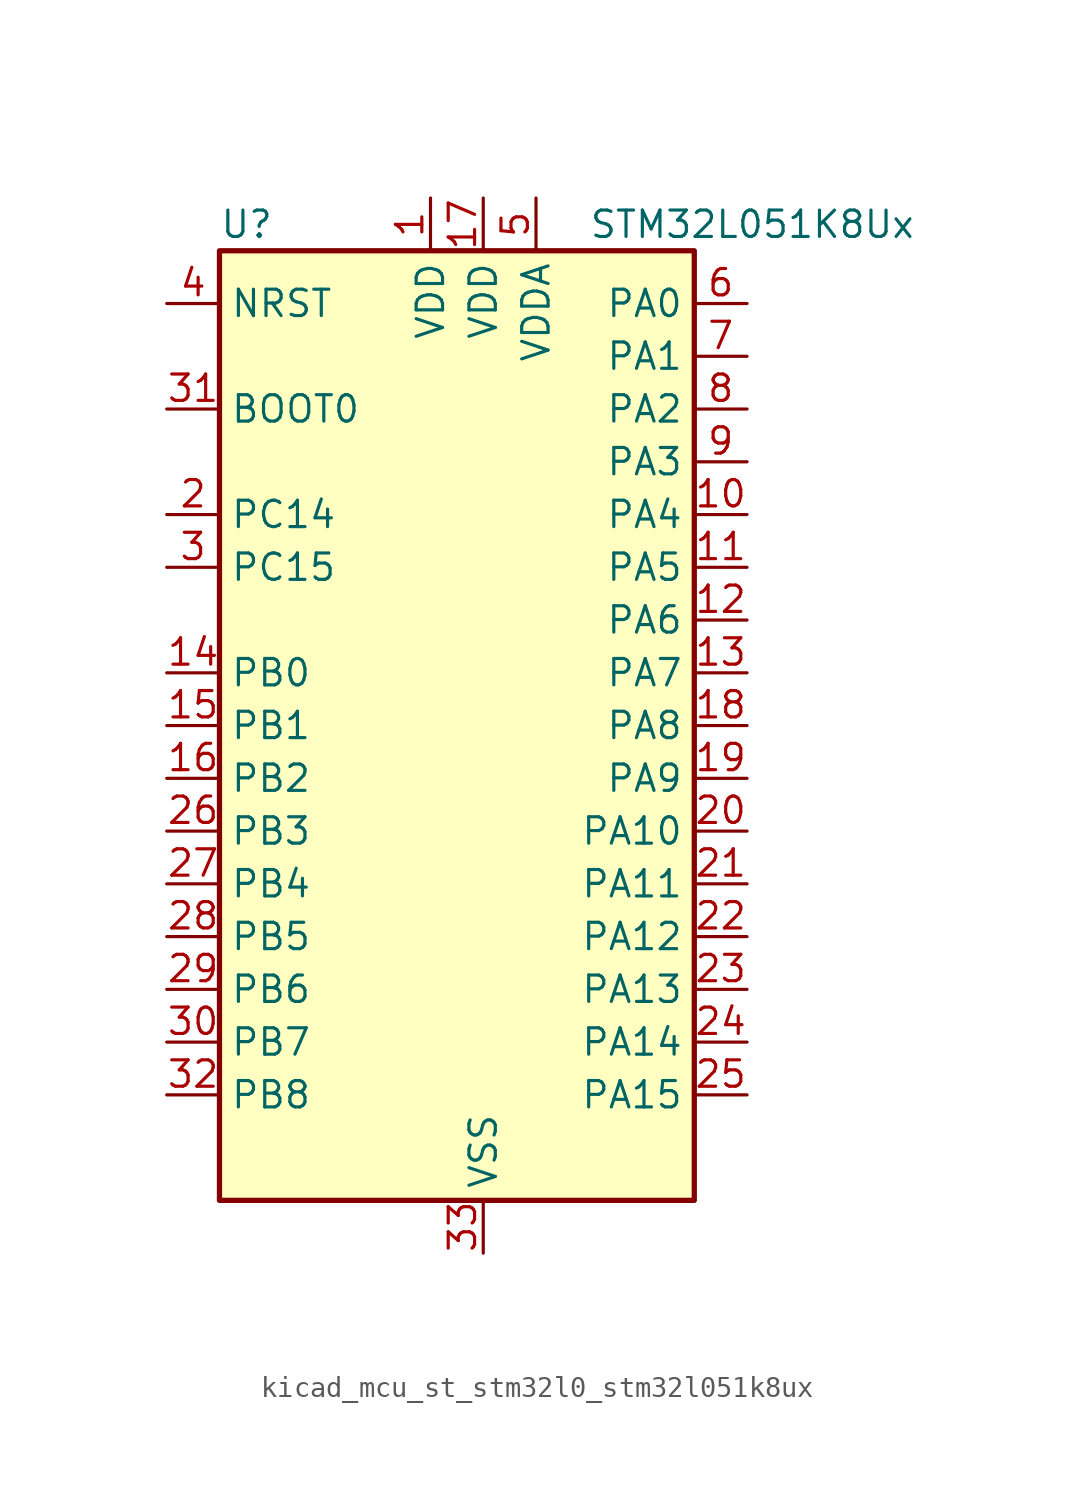
<source format=kicad_sym>
(kicad_symbol_lib
  (version 20220914)
  (generator kicad_symbol_editor)
  (symbol "kicad_mcu_st_stm32l0_stm32l051k8ux"
    (property "Reference" "U"
      (at -10.16 24.13 0)
      (effects (font (size 1.27 1.27)) (justify left)))
    (property "Value" "STM32L051K8Ux"
      (at 7.62 24.13 0)
      (effects (font (size 1.27 1.27)) (justify left)))
    (property "ki_locked" ""
      (at 0 0 0)
      (effects (font (size 1.27 1.27))))
    (symbol "kicad_mcu_st_stm32l0_stm32l051k8ux_0_1"
      (rectangle (start -10.16 -22.86) (end 12.7 22.86) (stroke (width 0.254) (type default)) (fill (type background))))
    (symbol "kicad_mcu_st_stm32l0_stm32l051k8ux_1_1"
      (pin power_in line (at 0 25.4 270) (length 2.54) (name "VDD" (effects (font (size 1.27 1.27)))) (number "1" (effects (font (size 1.27 1.27)))))
      (pin bidirectional line (at 15.24 10.16 180) (length 2.54) (name "PA4" (effects (font (size 1.27 1.27)))) (number "10" (effects (font (size 1.27 1.27)))) (alternate "ADC_IN4" bidirectional line) (alternate "COMP1_INM" bidirectional line) (alternate "COMP2_INM" bidirectional line) (alternate "SPI1_NSS" bidirectional line) (alternate "TIM22_ETR" bidirectional line) (alternate "USART2_CK" bidirectional line))
      (pin bidirectional line (at 15.24 7.62 180) (length 2.54) (name "PA5" (effects (font (size 1.27 1.27)))) (number "11" (effects (font (size 1.27 1.27)))) (alternate "ADC_IN5" bidirectional line) (alternate "COMP1_INM" bidirectional line) (alternate "COMP2_INM" bidirectional line) (alternate "SPI1_SCK" bidirectional line) (alternate "TIM2_CH1" bidirectional line) (alternate "TIM2_ETR" bidirectional line))
      (pin bidirectional line (at 15.24 5.08 180) (length 2.54) (name "PA6" (effects (font (size 1.27 1.27)))) (number "12" (effects (font (size 1.27 1.27)))) (alternate "ADC_IN6" bidirectional line) (alternate "COMP1_OUT" bidirectional line) (alternate "SPI1_MISO" bidirectional line) (alternate "TIM22_CH1" bidirectional line))
      (pin bidirectional line (at 15.24 2.54 180) (length 2.54) (name "PA7" (effects (font (size 1.27 1.27)))) (number "13" (effects (font (size 1.27 1.27)))) (alternate "ADC_IN7" bidirectional line) (alternate "COMP2_OUT" bidirectional line) (alternate "SPI1_MOSI" bidirectional line) (alternate "TIM22_CH2" bidirectional line))
      (pin bidirectional line (at -12.7 2.54 0) (length 2.54) (name "PB0" (effects (font (size 1.27 1.27)))) (number "14" (effects (font (size 1.27 1.27)))) (alternate "ADC_IN8" bidirectional line) (alternate "SYS_VREF_OUT_PB0" bidirectional line))
      (pin bidirectional line (at -12.7 0 0) (length 2.54) (name "PB1" (effects (font (size 1.27 1.27)))) (number "15" (effects (font (size 1.27 1.27)))) (alternate "ADC_IN9" bidirectional line) (alternate "SYS_VREF_OUT_PB1" bidirectional line))
      (pin bidirectional line (at -12.7 -2.54 0) (length 2.54) (name "PB2" (effects (font (size 1.27 1.27)))) (number "16" (effects (font (size 1.27 1.27)))) (alternate "LPTIM1_OUT" bidirectional line))
      (pin power_in line (at 2.54 25.4 270) (length 2.54) (name "VDD" (effects (font (size 1.27 1.27)))) (number "17" (effects (font (size 1.27 1.27)))))
      (pin bidirectional line (at 15.24 0 180) (length 2.54) (name "PA8" (effects (font (size 1.27 1.27)))) (number "18" (effects (font (size 1.27 1.27)))) (alternate "RCC_MCO" bidirectional line) (alternate "USART1_CK" bidirectional line))
      (pin bidirectional line (at 15.24 -2.54 180) (length 2.54) (name "PA9" (effects (font (size 1.27 1.27)))) (number "19" (effects (font (size 1.27 1.27)))) (alternate "RCC_MCO" bidirectional line) (alternate "USART1_TX" bidirectional line))
      (pin bidirectional line (at -12.7 10.16 0) (length 2.54) (name "PC14" (effects (font (size 1.27 1.27)))) (number "2" (effects (font (size 1.27 1.27)))) (alternate "RCC_OSC32_IN" bidirectional line))
      (pin bidirectional line (at 15.24 -5.08 180) (length 2.54) (name "PA10" (effects (font (size 1.27 1.27)))) (number "20" (effects (font (size 1.27 1.27)))) (alternate "USART1_RX" bidirectional line))
      (pin bidirectional line (at 15.24 -7.62 180) (length 2.54) (name "PA11" (effects (font (size 1.27 1.27)))) (number "21" (effects (font (size 1.27 1.27)))) (alternate "ADC_EXTI11" bidirectional line) (alternate "COMP1_OUT" bidirectional line) (alternate "SPI1_MISO" bidirectional line) (alternate "USART1_CTS" bidirectional line))
      (pin bidirectional line (at 15.24 -10.16 180) (length 2.54) (name "PA12" (effects (font (size 1.27 1.27)))) (number "22" (effects (font (size 1.27 1.27)))) (alternate "COMP2_OUT" bidirectional line) (alternate "SPI1_MOSI" bidirectional line) (alternate "USART1_DE" bidirectional line) (alternate "USART1_RTS" bidirectional line))
      (pin bidirectional line (at 15.24 -12.7 180) (length 2.54) (name "PA13" (effects (font (size 1.27 1.27)))) (number "23" (effects (font (size 1.27 1.27)))) (alternate "SYS_SWDIO" bidirectional line))
      (pin bidirectional line (at 15.24 -15.24 180) (length 2.54) (name "PA14" (effects (font (size 1.27 1.27)))) (number "24" (effects (font (size 1.27 1.27)))) (alternate "SYS_SWCLK" bidirectional line) (alternate "USART2_TX" bidirectional line))
      (pin bidirectional line (at 15.24 -17.78 180) (length 2.54) (name "PA15" (effects (font (size 1.27 1.27)))) (number "25" (effects (font (size 1.27 1.27)))) (alternate "SPI1_NSS" bidirectional line) (alternate "TIM2_CH1" bidirectional line) (alternate "TIM2_ETR" bidirectional line) (alternate "USART2_RX" bidirectional line))
      (pin bidirectional line (at -12.7 -5.08 0) (length 2.54) (name "PB3" (effects (font (size 1.27 1.27)))) (number "26" (effects (font (size 1.27 1.27)))) (alternate "COMP2_INM" bidirectional line) (alternate "SPI1_SCK" bidirectional line) (alternate "TIM2_CH2" bidirectional line))
      (pin bidirectional line (at -12.7 -7.62 0) (length 2.54) (name "PB4" (effects (font (size 1.27 1.27)))) (number "27" (effects (font (size 1.27 1.27)))) (alternate "COMP2_INP" bidirectional line) (alternate "SPI1_MISO" bidirectional line) (alternate "TIM22_CH1" bidirectional line))
      (pin bidirectional line (at -12.7 -10.16 0) (length 2.54) (name "PB5" (effects (font (size 1.27 1.27)))) (number "28" (effects (font (size 1.27 1.27)))) (alternate "COMP2_INP" bidirectional line) (alternate "I2C1_SMBA" bidirectional line) (alternate "LPTIM1_IN1" bidirectional line) (alternate "SPI1_MOSI" bidirectional line) (alternate "TIM22_CH2" bidirectional line))
      (pin bidirectional line (at -12.7 -12.7 0) (length 2.54) (name "PB6" (effects (font (size 1.27 1.27)))) (number "29" (effects (font (size 1.27 1.27)))) (alternate "COMP2_INP" bidirectional line) (alternate "I2C1_SCL" bidirectional line) (alternate "LPTIM1_ETR" bidirectional line) (alternate "USART1_TX" bidirectional line))
      (pin bidirectional line (at -12.7 7.62 0) (length 2.54) (name "PC15" (effects (font (size 1.27 1.27)))) (number "3" (effects (font (size 1.27 1.27)))) (alternate "RCC_OSC32_OUT" bidirectional line))
      (pin bidirectional line (at -12.7 -15.24 0) (length 2.54) (name "PB7" (effects (font (size 1.27 1.27)))) (number "30" (effects (font (size 1.27 1.27)))) (alternate "COMP2_INP" bidirectional line) (alternate "I2C1_SDA" bidirectional line) (alternate "LPTIM1_IN2" bidirectional line) (alternate "SYS_PVD_IN" bidirectional line) (alternate "USART1_RX" bidirectional line))
      (pin input line (at -12.7 15.24 0) (length 2.54) (name "BOOT0" (effects (font (size 1.27 1.27)))) (number "31" (effects (font (size 1.27 1.27)))))
      (pin bidirectional line (at -12.7 -17.78 0) (length 2.54) (name "PB8" (effects (font (size 1.27 1.27)))) (number "32" (effects (font (size 1.27 1.27)))) (alternate "I2C1_SCL" bidirectional line))
      (pin power_in line (at 2.54 -25.4 90) (length 2.54) (name "VSS" (effects (font (size 1.27 1.27)))) (number "33" (effects (font (size 1.27 1.27)))))
      (pin input line (at -12.7 20.32 0) (length 2.54) (name "NRST" (effects (font (size 1.27 1.27)))) (number "4" (effects (font (size 1.27 1.27)))))
      (pin power_in line (at 5.08 25.4 270) (length 2.54) (name "VDDA" (effects (font (size 1.27 1.27)))) (number "5" (effects (font (size 1.27 1.27)))))
      (pin bidirectional line (at 15.24 20.32 180) (length 2.54) (name "PA0" (effects (font (size 1.27 1.27)))) (number "6" (effects (font (size 1.27 1.27)))) (alternate "ADC_IN0" bidirectional line) (alternate "COMP1_INM" bidirectional line) (alternate "COMP1_OUT" bidirectional line) (alternate "RTC_TAMP2" bidirectional line) (alternate "SYS_WKUP1" bidirectional line) (alternate "TIM2_CH1" bidirectional line) (alternate "TIM2_ETR" bidirectional line) (alternate "USART2_CTS" bidirectional line))
      (pin bidirectional line (at 15.24 17.78 180) (length 2.54) (name "PA1" (effects (font (size 1.27 1.27)))) (number "7" (effects (font (size 1.27 1.27)))) (alternate "ADC_IN1" bidirectional line) (alternate "COMP1_INP" bidirectional line) (alternate "TIM21_ETR" bidirectional line) (alternate "TIM2_CH2" bidirectional line) (alternate "USART2_DE" bidirectional line) (alternate "USART2_RTS" bidirectional line))
      (pin bidirectional line (at 15.24 15.24 180) (length 2.54) (name "PA2" (effects (font (size 1.27 1.27)))) (number "8" (effects (font (size 1.27 1.27)))) (alternate "ADC_IN2" bidirectional line) (alternate "COMP2_INM" bidirectional line) (alternate "COMP2_OUT" bidirectional line) (alternate "TIM21_CH1" bidirectional line) (alternate "TIM2_CH3" bidirectional line) (alternate "USART2_TX" bidirectional line))
      (pin bidirectional line (at 15.24 12.7 180) (length 2.54) (name "PA3" (effects (font (size 1.27 1.27)))) (number "9" (effects (font (size 1.27 1.27)))) (alternate "ADC_IN3" bidirectional line) (alternate "COMP2_INP" bidirectional line) (alternate "TIM21_CH2" bidirectional line) (alternate "TIM2_CH4" bidirectional line) (alternate "USART2_RX" bidirectional line)))))
</source>
